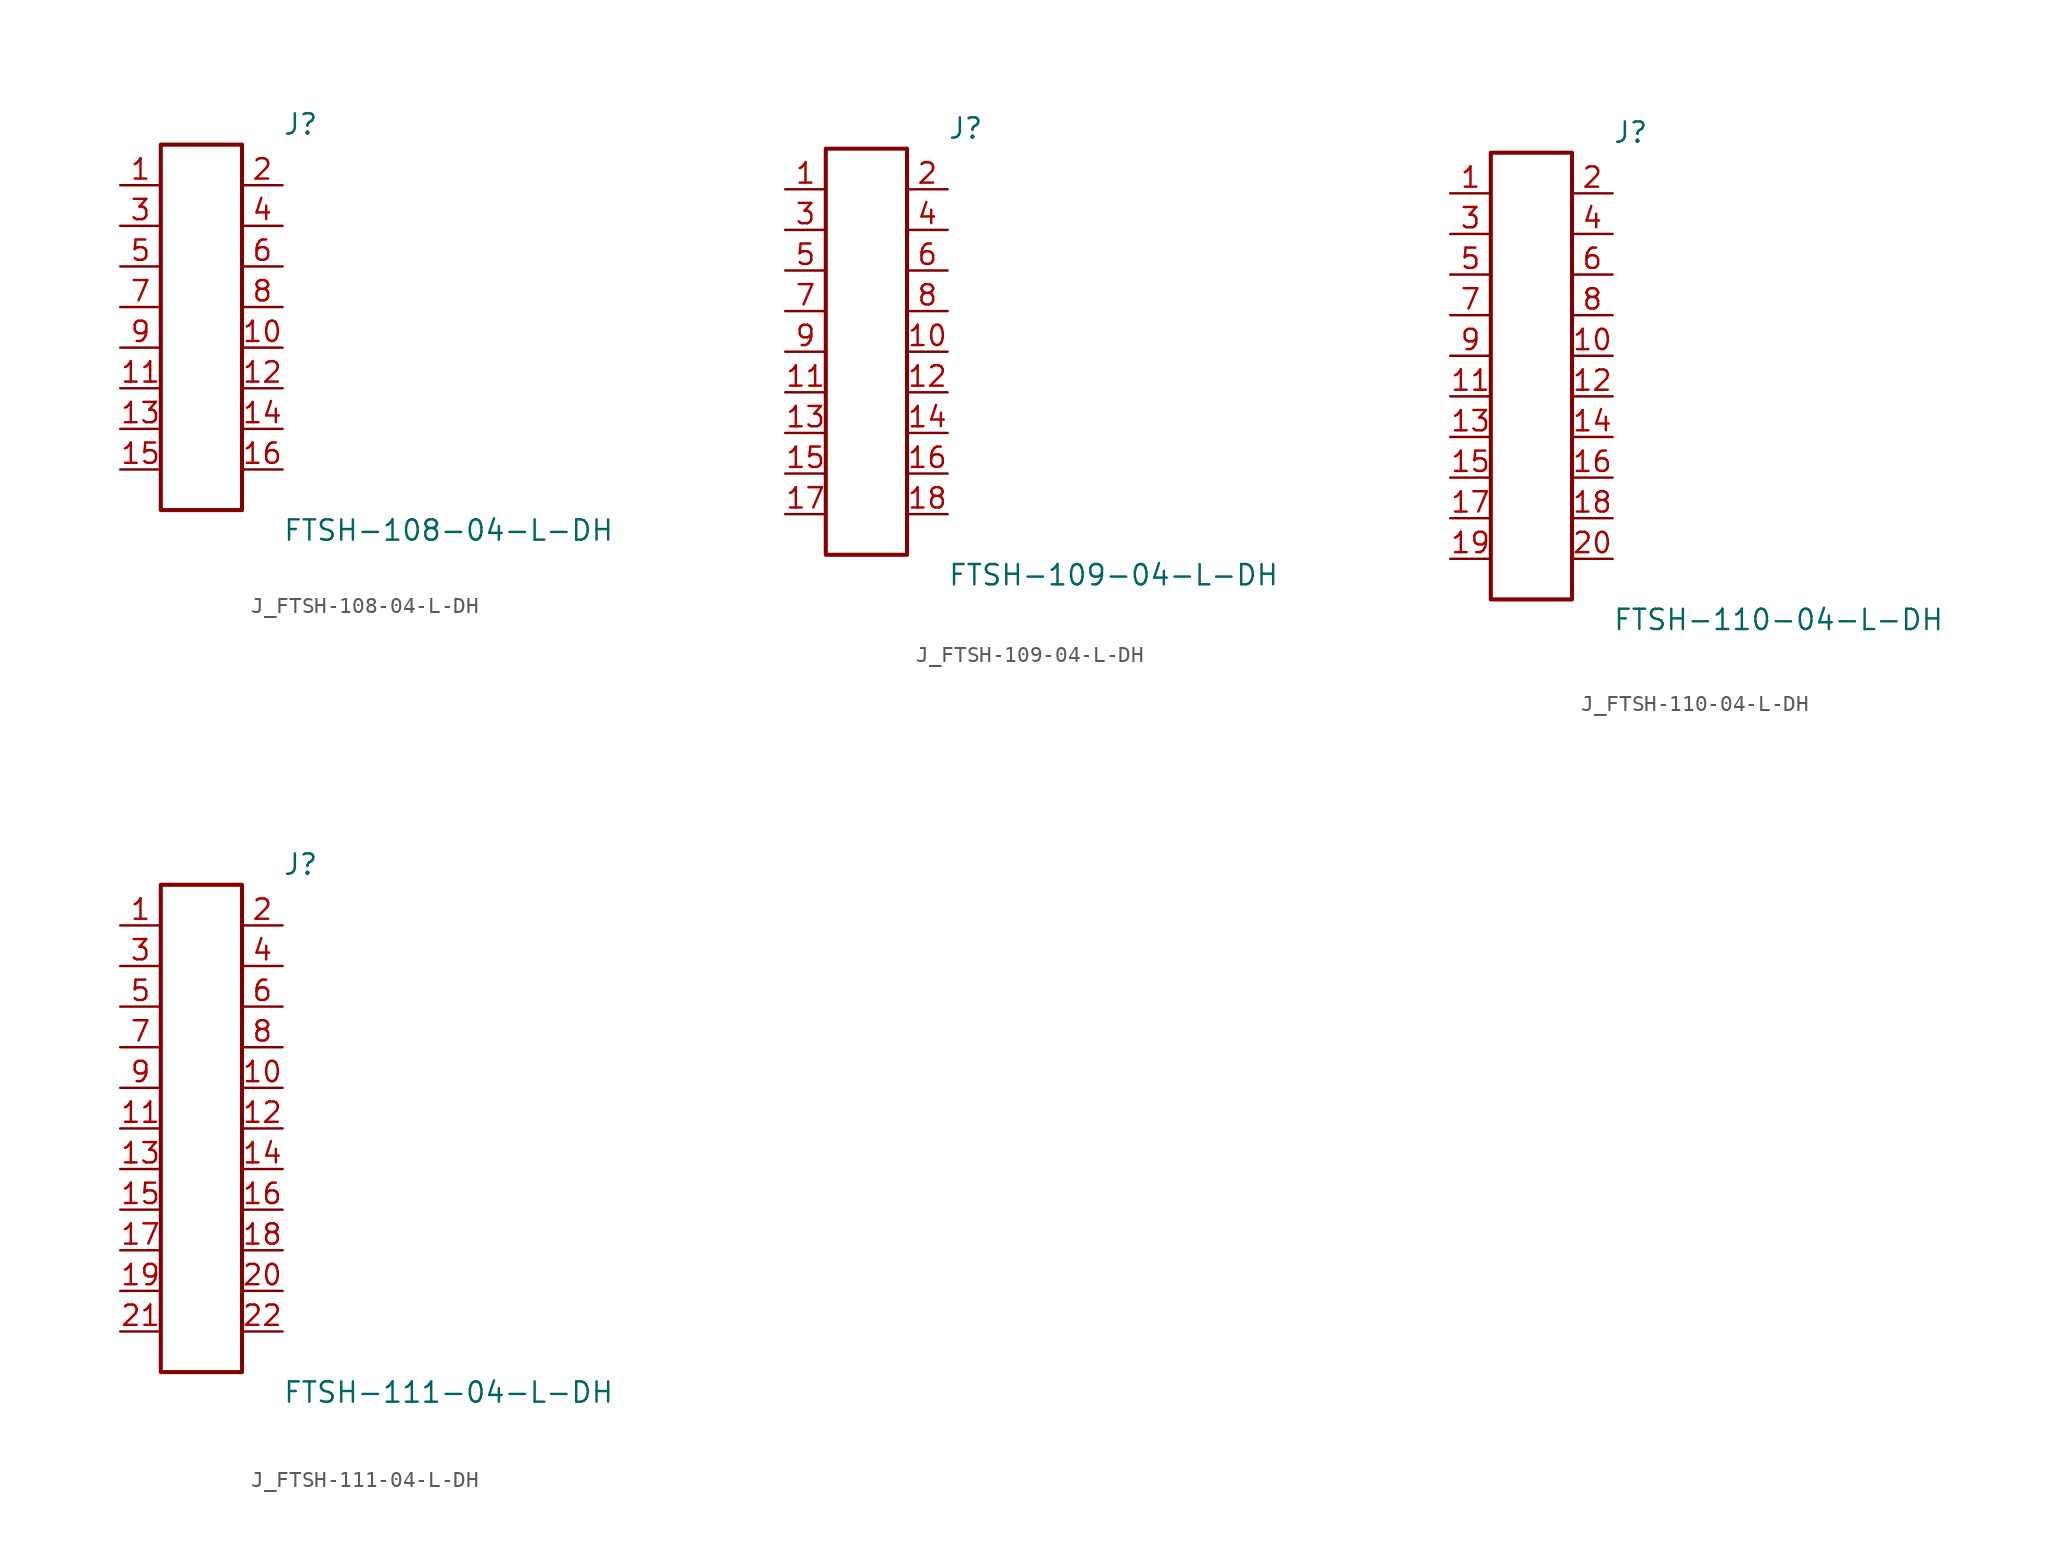
<source format=kicad_sym>
(kicad_symbol_lib
  (version 20231120)
  (generator kicad_symbol_editor)
  (generator_version 8.0)
  (symbol "J_FTSH-108-04-L-DH"
    (pin_names
      (offset 0.254))
    (property "Reference" "J"
      (at 5.08 12.7 0)
      (effects (font (size 1.27 1.27)) (justify left)))
    (property "Value" "FTSH-108-04-L-DH"
      (at 5.08 -12.7 0)
      (effects (font (size 1.27 1.27)) (justify left)))
    (symbol "J_FTSH-108-04-L-DH_0_0"
      (pin unspecified line (at -5.08 8.89 0) (length 2.54) (name "" (effects (font (size 1.27 1.27)))) (number "1" (effects (font (size 1.27 1.27)))))
      (pin unspecified line (at 5.08 8.89 180) (length 2.54) (name "" (effects (font (size 1.27 1.27)))) (number "2" (effects (font (size 1.27 1.27)))))
      (pin unspecified line (at -5.08 6.35 0) (length 2.54) (name "" (effects (font (size 1.27 1.27)))) (number "3" (effects (font (size 1.27 1.27)))))
      (pin unspecified line (at 5.08 6.35 180) (length 2.54) (name "" (effects (font (size 1.27 1.27)))) (number "4" (effects (font (size 1.27 1.27)))))
      (pin unspecified line (at -5.08 3.81 0) (length 2.54) (name "" (effects (font (size 1.27 1.27)))) (number "5" (effects (font (size 1.27 1.27)))))
      (pin unspecified line (at 5.08 3.81 180) (length 2.54) (name "" (effects (font (size 1.27 1.27)))) (number "6" (effects (font (size 1.27 1.27)))))
      (pin unspecified line (at -5.08 1.27 0) (length 2.54) (name "" (effects (font (size 1.27 1.27)))) (number "7" (effects (font (size 1.27 1.27)))))
      (pin unspecified line (at 5.08 1.27 180) (length 2.54) (name "" (effects (font (size 1.27 1.27)))) (number "8" (effects (font (size 1.27 1.27)))))
      (pin unspecified line (at -5.08 -1.27 0) (length 2.54) (name "" (effects (font (size 1.27 1.27)))) (number "9" (effects (font (size 1.27 1.27)))))
      (pin unspecified line (at 5.08 -1.27 180) (length 2.54) (name "" (effects (font (size 1.27 1.27)))) (number "10" (effects (font (size 1.27 1.27)))))
      (pin unspecified line (at -5.08 -3.81 0) (length 2.54) (name "" (effects (font (size 1.27 1.27)))) (number "11" (effects (font (size 1.27 1.27)))))
      (pin unspecified line (at 5.08 -3.81 180) (length 2.54) (name "" (effects (font (size 1.27 1.27)))) (number "12" (effects (font (size 1.27 1.27)))))
      (pin unspecified line (at -5.08 -6.35 0) (length 2.54) (name "" (effects (font (size 1.27 1.27)))) (number "13" (effects (font (size 1.27 1.27)))))
      (pin unspecified line (at 5.08 -6.35 180) (length 2.54) (name "" (effects (font (size 1.27 1.27)))) (number "14" (effects (font (size 1.27 1.27)))))
      (pin unspecified line (at -5.08 -8.89 0) (length 2.54) (name "" (effects (font (size 1.27 1.27)))) (number "15" (effects (font (size 1.27 1.27)))))
      (pin unspecified line (at 5.08 -8.89 180) (length 2.54) (name "" (effects (font (size 1.27 1.27)))) (number "16" (effects (font (size 1.27 1.27))))))
    (symbol "J_FTSH-108-04-L-DH_1_0"
      (rectangle (start -2.54 11.43) (end 2.54 -11.43) (stroke (width 0.254) (type solid)) (fill (type none)))))
  (symbol "J_FTSH-109-04-L-DH"
    (pin_names
      (offset 0.254))
    (property "Reference" "J"
      (at 5.08 13.97 0)
      (effects (font (size 1.27 1.27)) (justify left)))
    (property "Value" "FTSH-109-04-L-DH"
      (at 5.08 -13.97 0)
      (effects (font (size 1.27 1.27)) (justify left)))
    (symbol "J_FTSH-109-04-L-DH_0_0"
      (pin unspecified line (at -5.08 10.16 0) (length 2.54) (name "" (effects (font (size 1.27 1.27)))) (number "1" (effects (font (size 1.27 1.27)))))
      (pin unspecified line (at 5.08 10.16 180) (length 2.54) (name "" (effects (font (size 1.27 1.27)))) (number "2" (effects (font (size 1.27 1.27)))))
      (pin unspecified line (at -5.08 7.62 0) (length 2.54) (name "" (effects (font (size 1.27 1.27)))) (number "3" (effects (font (size 1.27 1.27)))))
      (pin unspecified line (at 5.08 7.62 180) (length 2.54) (name "" (effects (font (size 1.27 1.27)))) (number "4" (effects (font (size 1.27 1.27)))))
      (pin unspecified line (at -5.08 5.08 0) (length 2.54) (name "" (effects (font (size 1.27 1.27)))) (number "5" (effects (font (size 1.27 1.27)))))
      (pin unspecified line (at 5.08 5.08 180) (length 2.54) (name "" (effects (font (size 1.27 1.27)))) (number "6" (effects (font (size 1.27 1.27)))))
      (pin unspecified line (at -5.08 2.54 0) (length 2.54) (name "" (effects (font (size 1.27 1.27)))) (number "7" (effects (font (size 1.27 1.27)))))
      (pin unspecified line (at 5.08 2.54 180) (length 2.54) (name "" (effects (font (size 1.27 1.27)))) (number "8" (effects (font (size 1.27 1.27)))))
      (pin unspecified line (at -5.08 0.0 0) (length 2.54) (name "" (effects (font (size 1.27 1.27)))) (number "9" (effects (font (size 1.27 1.27)))))
      (pin unspecified line (at 5.08 0.0 180) (length 2.54) (name "" (effects (font (size 1.27 1.27)))) (number "10" (effects (font (size 1.27 1.27)))))
      (pin unspecified line (at -5.08 -2.54 0) (length 2.54) (name "" (effects (font (size 1.27 1.27)))) (number "11" (effects (font (size 1.27 1.27)))))
      (pin unspecified line (at 5.08 -2.54 180) (length 2.54) (name "" (effects (font (size 1.27 1.27)))) (number "12" (effects (font (size 1.27 1.27)))))
      (pin unspecified line (at -5.08 -5.08 0) (length 2.54) (name "" (effects (font (size 1.27 1.27)))) (number "13" (effects (font (size 1.27 1.27)))))
      (pin unspecified line (at 5.08 -5.08 180) (length 2.54) (name "" (effects (font (size 1.27 1.27)))) (number "14" (effects (font (size 1.27 1.27)))))
      (pin unspecified line (at -5.08 -7.62 0) (length 2.54) (name "" (effects (font (size 1.27 1.27)))) (number "15" (effects (font (size 1.27 1.27)))))
      (pin unspecified line (at 5.08 -7.62 180) (length 2.54) (name "" (effects (font (size 1.27 1.27)))) (number "16" (effects (font (size 1.27 1.27)))))
      (pin unspecified line (at -5.08 -10.16 0) (length 2.54) (name "" (effects (font (size 1.27 1.27)))) (number "17" (effects (font (size 1.27 1.27)))))
      (pin unspecified line (at 5.08 -10.16 180) (length 2.54) (name "" (effects (font (size 1.27 1.27)))) (number "18" (effects (font (size 1.27 1.27))))))
    (symbol "J_FTSH-109-04-L-DH_1_0"
      (rectangle (start -2.54 12.7) (end 2.54 -12.7) (stroke (width 0.254) (type solid)) (fill (type none)))))
  (symbol "J_FTSH-110-04-L-DH"
    (pin_names
      (offset 0.254))
    (property "Reference" "J"
      (at 5.08 15.24 0)
      (effects (font (size 1.27 1.27)) (justify left)))
    (property "Value" "FTSH-110-04-L-DH"
      (at 5.08 -15.24 0)
      (effects (font (size 1.27 1.27)) (justify left)))
    (symbol "J_FTSH-110-04-L-DH_0_0"
      (pin unspecified line (at -5.08 11.43 0) (length 2.54) (name "" (effects (font (size 1.27 1.27)))) (number "1" (effects (font (size 1.27 1.27)))))
      (pin unspecified line (at 5.08 11.43 180) (length 2.54) (name "" (effects (font (size 1.27 1.27)))) (number "2" (effects (font (size 1.27 1.27)))))
      (pin unspecified line (at -5.08 8.89 0) (length 2.54) (name "" (effects (font (size 1.27 1.27)))) (number "3" (effects (font (size 1.27 1.27)))))
      (pin unspecified line (at 5.08 8.89 180) (length 2.54) (name "" (effects (font (size 1.27 1.27)))) (number "4" (effects (font (size 1.27 1.27)))))
      (pin unspecified line (at -5.08 6.35 0) (length 2.54) (name "" (effects (font (size 1.27 1.27)))) (number "5" (effects (font (size 1.27 1.27)))))
      (pin unspecified line (at 5.08 6.35 180) (length 2.54) (name "" (effects (font (size 1.27 1.27)))) (number "6" (effects (font (size 1.27 1.27)))))
      (pin unspecified line (at -5.08 3.81 0) (length 2.54) (name "" (effects (font (size 1.27 1.27)))) (number "7" (effects (font (size 1.27 1.27)))))
      (pin unspecified line (at 5.08 3.81 180) (length 2.54) (name "" (effects (font (size 1.27 1.27)))) (number "8" (effects (font (size 1.27 1.27)))))
      (pin unspecified line (at -5.08 1.27 0) (length 2.54) (name "" (effects (font (size 1.27 1.27)))) (number "9" (effects (font (size 1.27 1.27)))))
      (pin unspecified line (at 5.08 1.27 180) (length 2.54) (name "" (effects (font (size 1.27 1.27)))) (number "10" (effects (font (size 1.27 1.27)))))
      (pin unspecified line (at -5.08 -1.27 0) (length 2.54) (name "" (effects (font (size 1.27 1.27)))) (number "11" (effects (font (size 1.27 1.27)))))
      (pin unspecified line (at 5.08 -1.27 180) (length 2.54) (name "" (effects (font (size 1.27 1.27)))) (number "12" (effects (font (size 1.27 1.27)))))
      (pin unspecified line (at -5.08 -3.81 0) (length 2.54) (name "" (effects (font (size 1.27 1.27)))) (number "13" (effects (font (size 1.27 1.27)))))
      (pin unspecified line (at 5.08 -3.81 180) (length 2.54) (name "" (effects (font (size 1.27 1.27)))) (number "14" (effects (font (size 1.27 1.27)))))
      (pin unspecified line (at -5.08 -6.35 0) (length 2.54) (name "" (effects (font (size 1.27 1.27)))) (number "15" (effects (font (size 1.27 1.27)))))
      (pin unspecified line (at 5.08 -6.35 180) (length 2.54) (name "" (effects (font (size 1.27 1.27)))) (number "16" (effects (font (size 1.27 1.27)))))
      (pin unspecified line (at -5.08 -8.89 0) (length 2.54) (name "" (effects (font (size 1.27 1.27)))) (number "17" (effects (font (size 1.27 1.27)))))
      (pin unspecified line (at 5.08 -8.89 180) (length 2.54) (name "" (effects (font (size 1.27 1.27)))) (number "18" (effects (font (size 1.27 1.27)))))
      (pin unspecified line (at -5.08 -11.43 0) (length 2.54) (name "" (effects (font (size 1.27 1.27)))) (number "19" (effects (font (size 1.27 1.27)))))
      (pin unspecified line (at 5.08 -11.43 180) (length 2.54) (name "" (effects (font (size 1.27 1.27)))) (number "20" (effects (font (size 1.27 1.27))))))
    (symbol "J_FTSH-110-04-L-DH_1_0"
      (rectangle (start -2.54 13.97) (end 2.54 -13.97) (stroke (width 0.254) (type solid)) (fill (type none)))))
  (symbol "J_FTSH-111-04-L-DH"
    (pin_names
      (offset 0.254))
    (property "Reference" "J"
      (at 5.08 16.51 0)
      (effects (font (size 1.27 1.27)) (justify left)))
    (property "Value" "FTSH-111-04-L-DH"
      (at 5.08 -16.51 0)
      (effects (font (size 1.27 1.27)) (justify left)))
    (symbol "J_FTSH-111-04-L-DH_0_0"
      (pin unspecified line (at -5.08 12.7 0) (length 2.54) (name "" (effects (font (size 1.27 1.27)))) (number "1" (effects (font (size 1.27 1.27)))))
      (pin unspecified line (at 5.08 12.7 180) (length 2.54) (name "" (effects (font (size 1.27 1.27)))) (number "2" (effects (font (size 1.27 1.27)))))
      (pin unspecified line (at -5.08 10.16 0) (length 2.54) (name "" (effects (font (size 1.27 1.27)))) (number "3" (effects (font (size 1.27 1.27)))))
      (pin unspecified line (at 5.08 10.16 180) (length 2.54) (name "" (effects (font (size 1.27 1.27)))) (number "4" (effects (font (size 1.27 1.27)))))
      (pin unspecified line (at -5.08 7.62 0) (length 2.54) (name "" (effects (font (size 1.27 1.27)))) (number "5" (effects (font (size 1.27 1.27)))))
      (pin unspecified line (at 5.08 7.62 180) (length 2.54) (name "" (effects (font (size 1.27 1.27)))) (number "6" (effects (font (size 1.27 1.27)))))
      (pin unspecified line (at -5.08 5.08 0) (length 2.54) (name "" (effects (font (size 1.27 1.27)))) (number "7" (effects (font (size 1.27 1.27)))))
      (pin unspecified line (at 5.08 5.08 180) (length 2.54) (name "" (effects (font (size 1.27 1.27)))) (number "8" (effects (font (size 1.27 1.27)))))
      (pin unspecified line (at -5.08 2.54 0) (length 2.54) (name "" (effects (font (size 1.27 1.27)))) (number "9" (effects (font (size 1.27 1.27)))))
      (pin unspecified line (at 5.08 2.54 180) (length 2.54) (name "" (effects (font (size 1.27 1.27)))) (number "10" (effects (font (size 1.27 1.27)))))
      (pin unspecified line (at -5.08 0.0 0) (length 2.54) (name "" (effects (font (size 1.27 1.27)))) (number "11" (effects (font (size 1.27 1.27)))))
      (pin unspecified line (at 5.08 0.0 180) (length 2.54) (name "" (effects (font (size 1.27 1.27)))) (number "12" (effects (font (size 1.27 1.27)))))
      (pin unspecified line (at -5.08 -2.54 0) (length 2.54) (name "" (effects (font (size 1.27 1.27)))) (number "13" (effects (font (size 1.27 1.27)))))
      (pin unspecified line (at 5.08 -2.54 180) (length 2.54) (name "" (effects (font (size 1.27 1.27)))) (number "14" (effects (font (size 1.27 1.27)))))
      (pin unspecified line (at -5.08 -5.08 0) (length 2.54) (name "" (effects (font (size 1.27 1.27)))) (number "15" (effects (font (size 1.27 1.27)))))
      (pin unspecified line (at 5.08 -5.08 180) (length 2.54) (name "" (effects (font (size 1.27 1.27)))) (number "16" (effects (font (size 1.27 1.27)))))
      (pin unspecified line (at -5.08 -7.62 0) (length 2.54) (name "" (effects (font (size 1.27 1.27)))) (number "17" (effects (font (size 1.27 1.27)))))
      (pin unspecified line (at 5.08 -7.62 180) (length 2.54) (name "" (effects (font (size 1.27 1.27)))) (number "18" (effects (font (size 1.27 1.27)))))
      (pin unspecified line (at -5.08 -10.16 0) (length 2.54) (name "" (effects (font (size 1.27 1.27)))) (number "19" (effects (font (size 1.27 1.27)))))
      (pin unspecified line (at 5.08 -10.16 180) (length 2.54) (name "" (effects (font (size 1.27 1.27)))) (number "20" (effects (font (size 1.27 1.27)))))
      (pin unspecified line (at -5.08 -12.7 0) (length 2.54) (name "" (effects (font (size 1.27 1.27)))) (number "21" (effects (font (size 1.27 1.27)))))
      (pin unspecified line (at 5.08 -12.7 180) (length 2.54) (name "" (effects (font (size 1.27 1.27)))) (number "22" (effects (font (size 1.27 1.27))))))
    (symbol "J_FTSH-111-04-L-DH_1_0"
      (rectangle (start -2.54 15.24) (end 2.54 -15.24) (stroke (width 0.254) (type solid)) (fill (type none))))))
</source>
